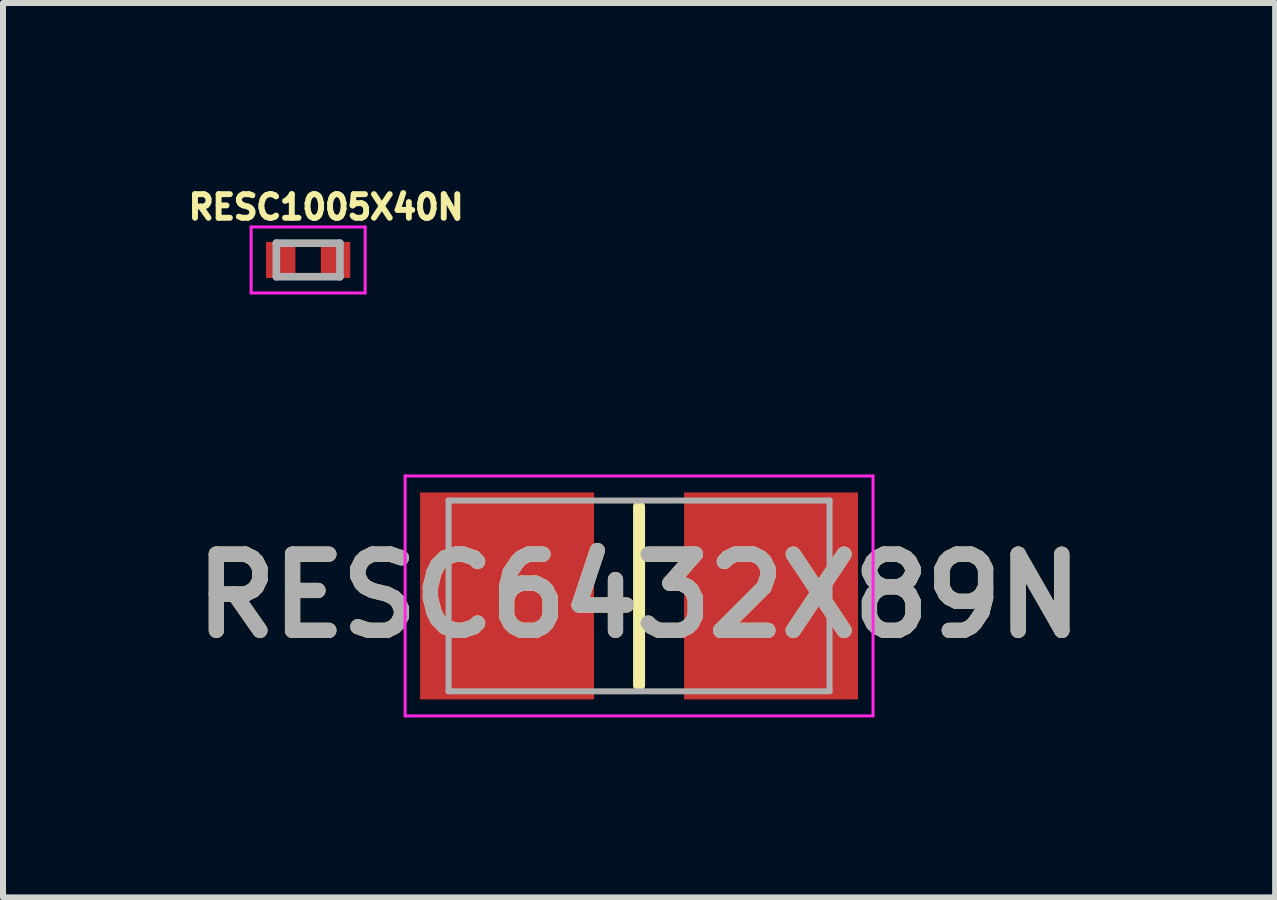
<source format=kicad_pcb>
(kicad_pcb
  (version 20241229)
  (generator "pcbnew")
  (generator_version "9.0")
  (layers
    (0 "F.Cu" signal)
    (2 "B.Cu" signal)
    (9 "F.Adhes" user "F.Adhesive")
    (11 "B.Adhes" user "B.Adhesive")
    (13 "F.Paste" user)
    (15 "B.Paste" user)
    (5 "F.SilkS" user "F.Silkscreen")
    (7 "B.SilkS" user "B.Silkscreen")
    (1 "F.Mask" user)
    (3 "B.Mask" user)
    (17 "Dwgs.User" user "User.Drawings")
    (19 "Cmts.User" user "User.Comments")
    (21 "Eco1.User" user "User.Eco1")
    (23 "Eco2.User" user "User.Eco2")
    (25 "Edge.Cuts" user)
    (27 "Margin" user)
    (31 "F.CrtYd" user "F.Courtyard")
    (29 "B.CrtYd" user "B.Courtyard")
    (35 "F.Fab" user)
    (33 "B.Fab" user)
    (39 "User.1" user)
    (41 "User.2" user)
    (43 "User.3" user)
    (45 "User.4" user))
  (footprint "RESC6432X89N"
    (layer "F.Cu")
    (at 7.602 6.883)
    (property "Reference" "RESC6432X89N" (at 0 0 0) (layer "F.SilkS") (effects (font (size 1.27 1.27) (thickness 0.254))))
    (attr smd)
    (fp_line (start 0 -1.49) (end 0 1.49) (stroke (width 0.2) (type solid)) (layer "F.SilkS"))
    (fp_line (start -3.9 -2) (end 3.9 -2) (stroke (width 0.05) (type solid)) (layer "F.CrtYd"))
    (fp_line (start -3.9 2) (end -3.9 -2) (stroke (width 0.05) (type solid)) (layer "F.CrtYd"))
    (fp_line (start 3.9 -2) (end 3.9 2) (stroke (width 0.05) (type solid)) (layer "F.CrtYd"))
    (fp_line (start 3.9 2) (end -3.9 2) (stroke (width 0.05) (type solid)) (layer "F.CrtYd"))
    (fp_line (start -3.175 -1.59) (end 3.175 -1.59) (stroke (width 0.1) (type solid)) (layer "F.Fab"))
    (fp_line (start -3.175 1.59) (end -3.175 -1.59) (stroke (width 0.1) (type solid)) (layer "F.Fab"))
    (fp_line (start 3.175 -1.59) (end 3.175 1.59) (stroke (width 0.1) (type solid)) (layer "F.Fab"))
    (fp_line (start 3.175 1.59) (end -3.175 1.59) (stroke (width 0.1) (type solid)) (layer "F.Fab"))
    (fp_text user "${REFERENCE}" (at 0 0 0) (layer "F.Fab") (effects (font (size 1.27 1.27) (thickness 0.254))))
    (pad "1" smd rect (at -2.2 0) (size 2.9 3.45) (layers "F.Cu" "F.Mask" "F.Paste"))
    (pad "2" smd rect (at 2.2 0) (size 2.9 3.45) (layers "F.Cu" "F.Mask" "F.Paste")))
  (footprint "RESC1005X40N"
    (layer "F.Cu")
    (at 2.086 1.283)
    (property "Reference" "RESC1005X40N" (at 0.3 -0.88 0) (layer "F.SilkS") (effects (font (size 0.394 0.394) (thickness 0.15))))
    (attr smd)
    (fp_line (start -0.95 -0.55) (end 0.95 -0.55) (stroke (width 0.05) (type solid)) (layer "F.CrtYd"))
    (fp_line (start -0.95 0.55) (end -0.95 -0.55) (stroke (width 0.05) (type solid)) (layer "F.CrtYd"))
    (fp_line (start -0.95 0.55) (end 0.95 0.55) (stroke (width 0.05) (type solid)) (layer "F.CrtYd"))
    (fp_line (start 0.95 0.55) (end 0.95 -0.55) (stroke (width 0.05) (type solid)) (layer "F.CrtYd"))
    (fp_line (start -0.53 0.28) (end -0.53 -0.28) (stroke (width 0.127) (type solid)) (layer "F.Fab"))
    (fp_line (start 0.53 -0.28) (end -0.53 -0.28) (stroke (width 0.127) (type solid)) (layer "F.Fab"))
    (fp_line (start 0.53 0.28) (end -0.53 0.28) (stroke (width 0.127) (type solid)) (layer "F.Fab"))
    (fp_line (start 0.53 0.28) (end 0.53 -0.28) (stroke (width 0.127) (type solid)) (layer "F.Fab"))
    (pad "1" smd rect (at -0.457 0) (size 0.49 0.6) (layers "F.Cu" "F.Mask" "F.Paste"))
    (pad "2" smd rect (at 0.457 0) (size 0.49 0.6) (layers "F.Cu" "F.Mask" "F.Paste")))
  (gr_rect
    (start -3 -3)
    (end 18.204 11.908)
    (stroke (width 0.1) (type default))
    (fill no)
    (layer "Edge.Cuts")))
</source>
